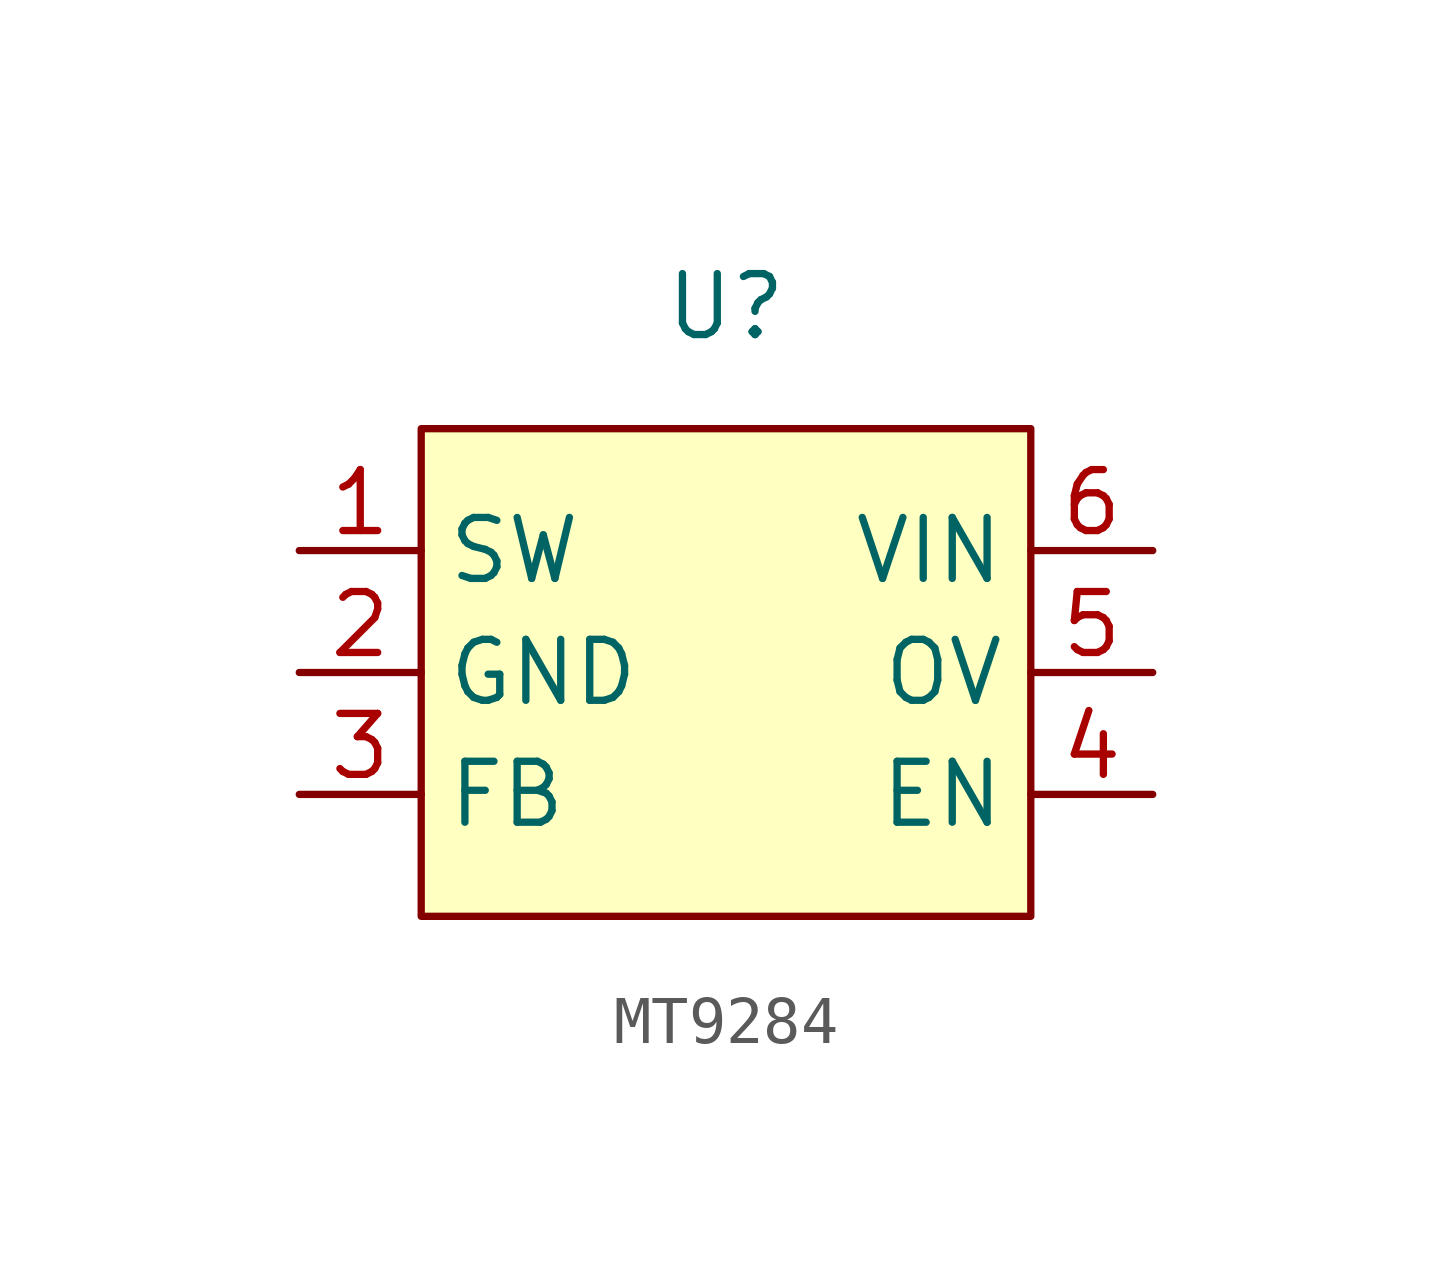
<source format=kicad_sym>
(kicad_symbol_lib
  (version 20220914)
  (generator kicad_symbol_editor)
  (symbol "MT9284"
    (property "Reference" "U"
      (at 6.35 2.54 0)
      (effects (font (size 1.27 1.27))))
    (property "Value" ""
      (at 0 0 0)
      (effects (font (size 1.27 1.27))))
    (symbol "MT9284_1_1"
      (rectangle (start 0 0) (end 12.7 -10.16) (stroke (width 0) (type default)) (fill (type background)))
      (pin input line (at -2.54 -2.54 0) (length 2.54) (name "SW" (effects (font (size 1.27 1.27)))) (number "1" (effects (font (size 1.27 1.27)))))
      (pin input line (at -2.54 -5.08 0) (length 2.54) (name "GND" (effects (font (size 1.27 1.27)))) (number "2" (effects (font (size 1.27 1.27)))))
      (pin input line (at -2.54 -7.62 0) (length 2.54) (name "FB" (effects (font (size 1.27 1.27)))) (number "3" (effects (font (size 1.27 1.27)))))
      (pin input line (at 15.24 -7.62 180) (length 2.54) (name "EN" (effects (font (size 1.27 1.27)))) (number "4" (effects (font (size 1.27 1.27)))))
      (pin input line (at 15.24 -5.08 180) (length 2.54) (name "OV" (effects (font (size 1.27 1.27)))) (number "5" (effects (font (size 1.27 1.27)))))
      (pin input line (at 15.24 -2.54 180) (length 2.54) (name "VIN" (effects (font (size 1.27 1.27)))) (number "6" (effects (font (size 1.27 1.27))))))))
</source>
